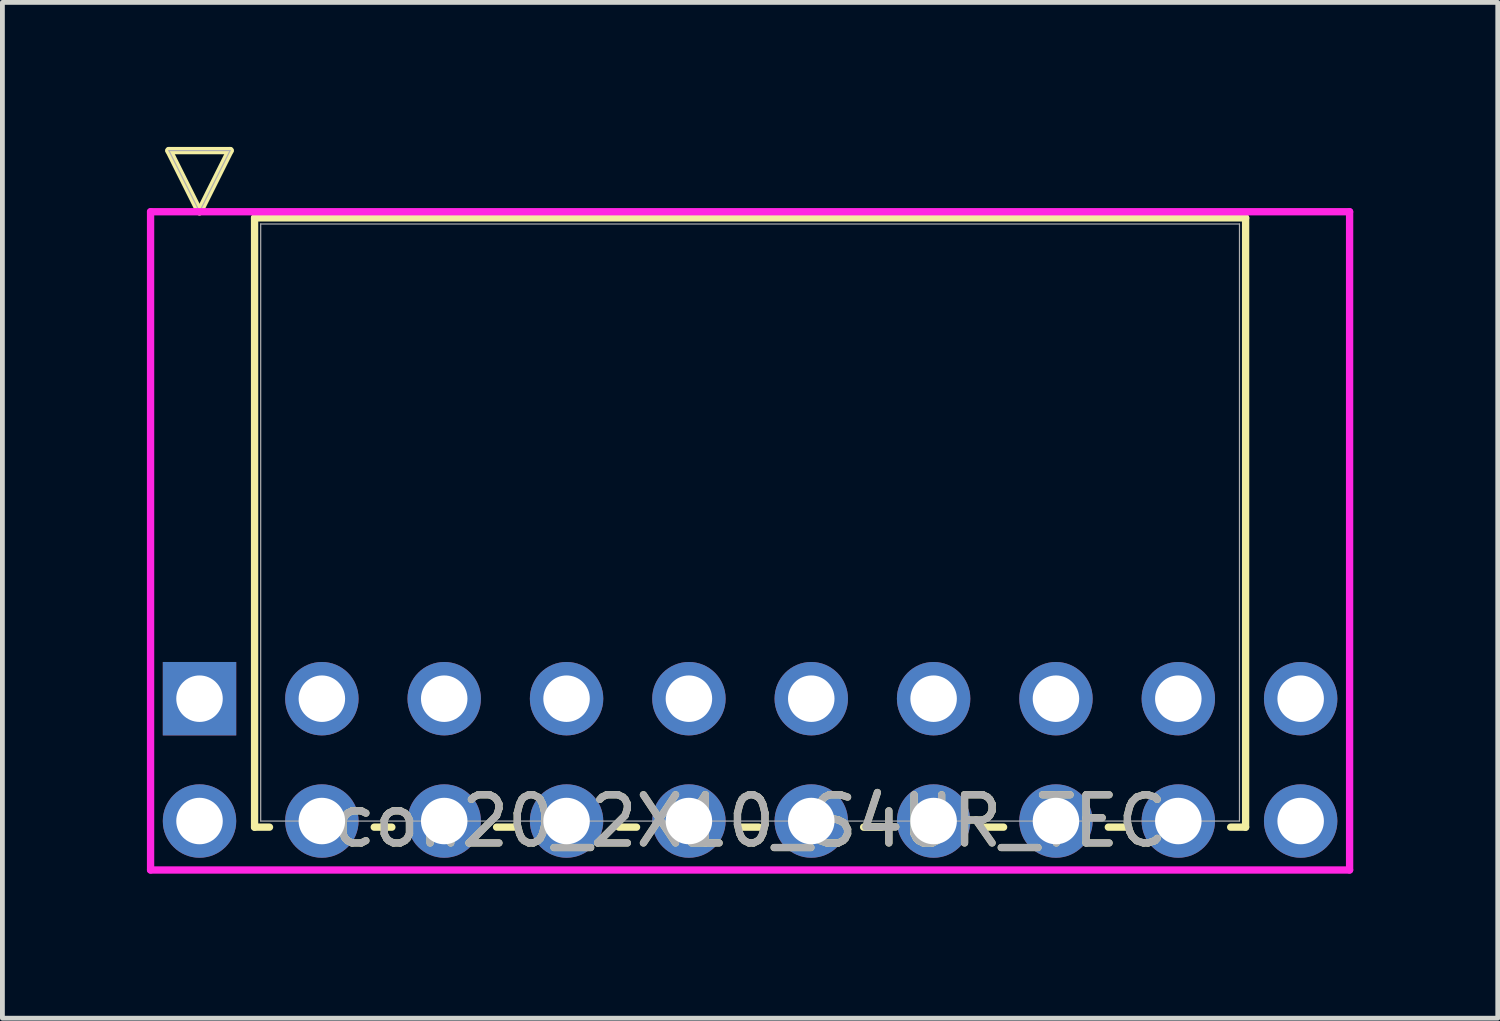
<source format=kicad_pcb>
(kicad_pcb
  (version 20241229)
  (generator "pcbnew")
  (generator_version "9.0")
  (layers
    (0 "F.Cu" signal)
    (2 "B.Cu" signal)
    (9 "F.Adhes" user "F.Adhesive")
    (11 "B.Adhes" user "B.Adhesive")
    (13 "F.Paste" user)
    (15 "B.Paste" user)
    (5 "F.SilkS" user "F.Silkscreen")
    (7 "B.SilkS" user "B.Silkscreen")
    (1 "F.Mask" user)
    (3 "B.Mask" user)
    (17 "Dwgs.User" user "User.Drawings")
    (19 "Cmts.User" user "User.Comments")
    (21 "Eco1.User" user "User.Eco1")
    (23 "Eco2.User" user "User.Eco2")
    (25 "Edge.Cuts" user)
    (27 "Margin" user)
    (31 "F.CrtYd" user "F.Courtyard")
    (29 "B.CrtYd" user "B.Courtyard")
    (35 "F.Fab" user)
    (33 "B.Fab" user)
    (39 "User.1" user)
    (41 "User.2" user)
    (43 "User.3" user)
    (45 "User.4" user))
  (footprint "con20_2X10_S4UR_TEC"
    (layer "F.Cu")
    (at 1.092 11.455)
    (property "Reference" "con20_2X10_S4UR_TEC" (at 11.43 2.54 0) (unlocked yes) (layer "F.SilkS") (effects (font (size 1 1) (thickness 0.15))))
    (attr through_hole)
    (fp_line (start -0.635 -11.379) (end 0.635 -11.379) (stroke (width 0.152) (type solid)) (layer "F.SilkS"))
    (fp_line (start 0 -10.109) (end -0.635 -11.379) (stroke (width 0.152) (type solid)) (layer "F.SilkS"))
    (fp_line (start 0.635 -11.379) (end 0 -10.109) (stroke (width 0.152) (type solid)) (layer "F.SilkS"))
    (fp_line (start 1.143 -9.982) (end 1.143 2.667) (stroke (width 0.152) (type solid)) (layer "F.SilkS"))
    (fp_line (start 1.143 2.667) (end 1.453 2.667) (stroke (width 0.152) (type solid)) (layer "F.SilkS"))
    (fp_line (start 3.627 2.667) (end 3.993 2.667) (stroke (width 0.152) (type solid)) (layer "F.SilkS"))
    (fp_line (start 6.167 2.667) (end 6.533 2.667) (stroke (width 0.152) (type solid)) (layer "F.SilkS"))
    (fp_line (start 8.707 2.667) (end 9.073 2.667) (stroke (width 0.152) (type solid)) (layer "F.SilkS"))
    (fp_line (start 11.247 2.667) (end 11.613 2.667) (stroke (width 0.152) (type solid)) (layer "F.SilkS"))
    (fp_line (start 13.787 2.667) (end 14.153 2.667) (stroke (width 0.152) (type solid)) (layer "F.SilkS"))
    (fp_line (start 16.327 2.667) (end 16.693 2.667) (stroke (width 0.152) (type solid)) (layer "F.SilkS"))
    (fp_line (start 18.867 2.667) (end 19.233 2.667) (stroke (width 0.152) (type solid)) (layer "F.SilkS"))
    (fp_line (start 21.407 2.667) (end 21.717 2.667) (stroke (width 0.152) (type solid)) (layer "F.SilkS"))
    (fp_line (start 21.717 -9.982) (end 1.143 -9.982) (stroke (width 0.152) (type solid)) (layer "F.SilkS"))
    (fp_line (start 21.717 2.667) (end 21.717 -9.982) (stroke (width 0.152) (type solid)) (layer "F.SilkS"))
    (fp_line (start -1.016 -10.109) (end -1.016 3.556) (stroke (width 0.152) (type solid)) (layer "F.CrtYd"))
    (fp_line (start -1.016 3.556) (end 23.876 3.556) (stroke (width 0.152) (type solid)) (layer "F.CrtYd"))
    (fp_line (start 23.876 -10.109) (end -1.016 -10.109) (stroke (width 0.152) (type solid)) (layer "F.CrtYd"))
    (fp_line (start 23.876 3.556) (end 23.876 -10.109) (stroke (width 0.152) (type solid)) (layer "F.CrtYd"))
    (fp_line (start -0.635 -11.379) (end 0.635 -11.379) (stroke (width 0.025) (type solid)) (layer "F.Fab"))
    (fp_line (start 0 -10.109) (end -0.635 -11.379) (stroke (width 0.025) (type solid)) (layer "F.Fab"))
    (fp_line (start 0.635 -11.379) (end 0 -10.109) (stroke (width 0.025) (type solid)) (layer "F.Fab"))
    (fp_line (start 1.27 -9.855) (end 1.27 2.54) (stroke (width 0.025) (type solid)) (layer "F.Fab"))
    (fp_line (start 1.27 2.54) (end 21.59 2.54) (stroke (width 0.025) (type solid)) (layer "F.Fab"))
    (fp_line (start 21.59 -9.855) (end 1.27 -9.855) (stroke (width 0.025) (type solid)) (layer "F.Fab"))
    (fp_line (start 21.59 2.54) (end 21.59 -9.855) (stroke (width 0.025) (type solid)) (layer "F.Fab"))
    (fp_text user "${REFERENCE}" (at 11.43 2.54 0) (unlocked yes) (layer "F.Fab") (effects (font (size 1 1) (thickness 0.15))))
    (pad "1" thru_hole rect (at 0 0) (size 1.524 1.524) (drill 0.965) (layers "*.Cu" "*.Mask"))
    (pad "2" thru_hole circle (at 0 2.54) (size 1.524 1.524) (drill 0.965) (layers "*.Cu" "*.Mask"))
    (pad "3" thru_hole circle (at 2.54 0) (size 1.524 1.524) (drill 0.965) (layers "*.Cu" "*.Mask"))
    (pad "4" thru_hole circle (at 2.54 2.54) (size 1.524 1.524) (drill 0.965) (layers "*.Cu" "*.Mask"))
    (pad "5" thru_hole circle (at 5.08 0) (size 1.524 1.524) (drill 0.965) (layers "*.Cu" "*.Mask"))
    (pad "6" thru_hole circle (at 5.08 2.54) (size 1.524 1.524) (drill 0.965) (layers "*.Cu" "*.Mask"))
    (pad "7" thru_hole circle (at 7.62 0) (size 1.524 1.524) (drill 0.965) (layers "*.Cu" "*.Mask"))
    (pad "8" thru_hole circle (at 7.62 2.54) (size 1.524 1.524) (drill 0.965) (layers "*.Cu" "*.Mask"))
    (pad "9" thru_hole circle (at 10.16 0) (size 1.524 1.524) (drill 0.965) (layers "*.Cu" "*.Mask"))
    (pad "10" thru_hole circle (at 10.16 2.54) (size 1.524 1.524) (drill 0.965) (layers "*.Cu" "*.Mask"))
    (pad "11" thru_hole circle (at 12.7 0) (size 1.524 1.524) (drill 0.965) (layers "*.Cu" "*.Mask"))
    (pad "12" thru_hole circle (at 12.7 2.54) (size 1.524 1.524) (drill 0.965) (layers "*.Cu" "*.Mask"))
    (pad "13" thru_hole circle (at 15.24 0) (size 1.524 1.524) (drill 0.965) (layers "*.Cu" "*.Mask"))
    (pad "14" thru_hole circle (at 15.24 2.54) (size 1.524 1.524) (drill 0.965) (layers "*.Cu" "*.Mask"))
    (pad "15" thru_hole circle (at 17.78 0) (size 1.524 1.524) (drill 0.965) (layers "*.Cu" "*.Mask"))
    (pad "16" thru_hole circle (at 17.78 2.54) (size 1.524 1.524) (drill 0.965) (layers "*.Cu" "*.Mask"))
    (pad "17" thru_hole circle (at 20.32 0) (size 1.524 1.524) (drill 0.965) (layers "*.Cu" "*.Mask"))
    (pad "18" thru_hole circle (at 20.32 2.54) (size 1.524 1.524) (drill 0.965) (layers "*.Cu" "*.Mask"))
    (pad "19" thru_hole circle (at 22.86 0) (size 1.524 1.524) (drill 0.965) (layers "*.Cu" "*.Mask"))
    (pad "20" thru_hole circle (at 22.86 2.54) (size 1.524 1.524) (drill 0.965) (layers "*.Cu" "*.Mask")))
  (gr_rect
    (start -3 -3)
    (end 28.044 18.088)
    (stroke (width 0.1) (type default))
    (fill no)
    (layer "Edge.Cuts")))
</source>
